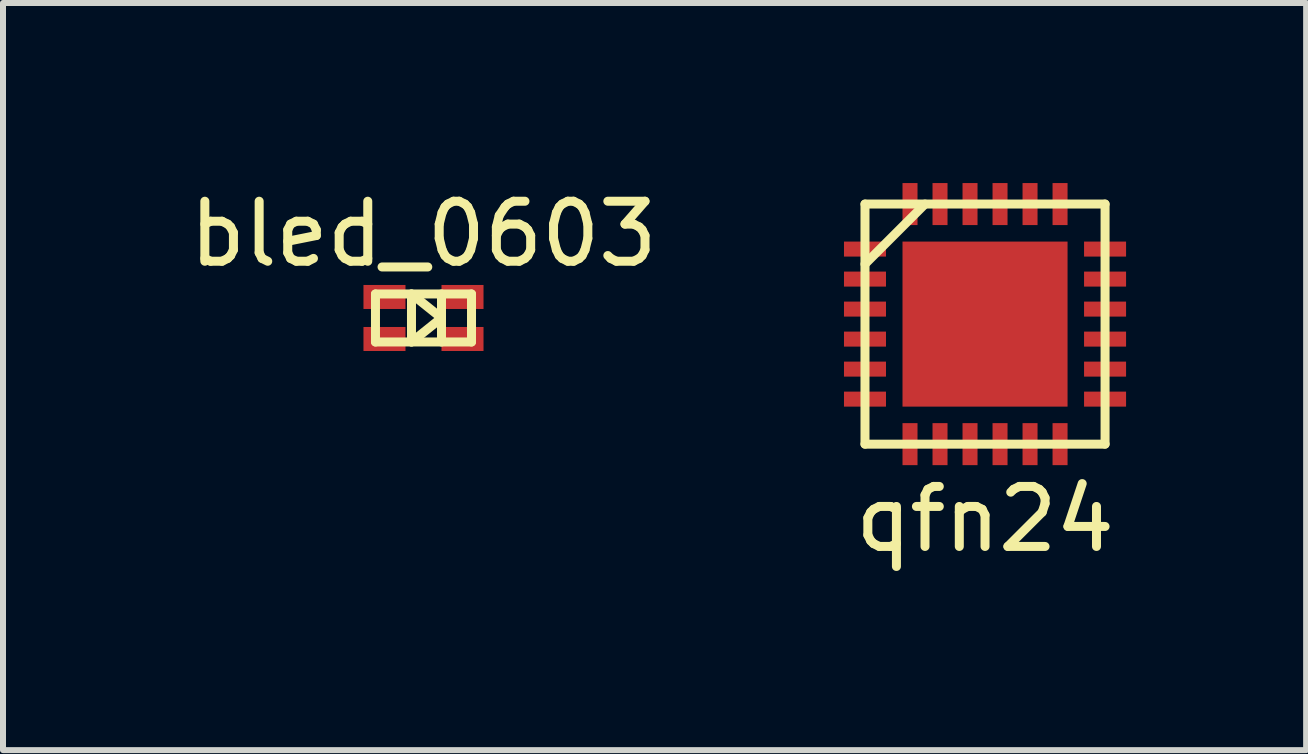
<source format=kicad_pcb>
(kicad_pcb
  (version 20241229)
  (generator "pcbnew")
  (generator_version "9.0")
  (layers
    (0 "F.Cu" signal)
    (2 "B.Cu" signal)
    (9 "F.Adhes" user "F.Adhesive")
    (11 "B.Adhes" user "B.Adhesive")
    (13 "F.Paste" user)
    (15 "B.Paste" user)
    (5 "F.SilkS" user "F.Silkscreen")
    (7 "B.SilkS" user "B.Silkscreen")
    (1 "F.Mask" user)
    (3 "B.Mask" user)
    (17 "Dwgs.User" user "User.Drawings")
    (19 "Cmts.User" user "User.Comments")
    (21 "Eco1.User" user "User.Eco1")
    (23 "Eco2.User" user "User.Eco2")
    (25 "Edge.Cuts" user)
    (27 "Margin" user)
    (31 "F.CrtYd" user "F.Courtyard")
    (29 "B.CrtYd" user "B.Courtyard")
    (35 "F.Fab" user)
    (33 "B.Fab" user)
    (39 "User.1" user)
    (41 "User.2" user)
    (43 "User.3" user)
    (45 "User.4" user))
  (footprint "qfn24"
    (layer "F.Cu")
    (at 13.362 2.35)
    (property "Reference" "qfn24" (at 0 3.25 0) (layer "F.SilkS") (effects (font (size 1 1) (thickness 0.15))))
    (attr smd)
    (fp_line (start -2 -2) (end 2 -2) (stroke (width 0.15) (type solid)) (layer "F.SilkS"))
    (fp_line (start -2 -1) (end -1 -2) (stroke (width 0.15) (type solid)) (layer "F.SilkS"))
    (fp_line (start -2 2) (end -2 -2) (stroke (width 0.15) (type solid)) (layer "F.SilkS"))
    (fp_line (start 2 -2) (end 2 2) (stroke (width 0.15) (type solid)) (layer "F.SilkS"))
    (fp_line (start 2 2) (end -2 2) (stroke (width 0.15) (type solid)) (layer "F.SilkS"))
    (pad "" smd rect (at -0.65 -0.65) (size 1.1 1.1) (layers "F.Paste"))
    (pad "" smd rect (at -0.65 0.65) (size 1.1 1.1) (layers "F.Paste"))
    (pad "" smd rect (at 0.65 -0.65) (size 1.1 1.1) (layers "F.Paste"))
    (pad "" smd rect (at 0.65 0.65) (size 1.1 1.1) (layers "F.Paste"))
    (pad "1" smd rect (at -2 -1.25) (size 0.7 0.25) (layers "F.Cu" "F.Mask" "F.Paste"))
    (pad "2" smd rect (at -2 -0.75) (size 0.7 0.25) (layers "F.Cu" "F.Mask" "F.Paste"))
    (pad "3" smd rect (at -2 -0.25) (size 0.7 0.25) (layers "F.Cu" "F.Mask" "F.Paste"))
    (pad "4" smd rect (at -2 0.25) (size 0.7 0.25) (layers "F.Cu" "F.Mask" "F.Paste"))
    (pad "5" smd rect (at -2 0.75) (size 0.7 0.25) (layers "F.Cu" "F.Mask" "F.Paste"))
    (pad "6" smd rect (at -2 1.25) (size 0.7 0.25) (layers "F.Cu" "F.Mask" "F.Paste"))
    (pad "7" smd rect (at -1.25 2 90) (size 0.7 0.25) (layers "F.Cu" "F.Mask" "F.Paste"))
    (pad "8" smd rect (at -0.75 2 90) (size 0.7 0.25) (layers "F.Cu" "F.Mask" "F.Paste"))
    (pad "9" smd rect (at -0.25 2 90) (size 0.7 0.25) (layers "F.Cu" "F.Mask" "F.Paste"))
    (pad "10" smd rect (at 0.25 2 90) (size 0.7 0.25) (layers "F.Cu" "F.Mask" "F.Paste"))
    (pad "11" smd rect (at 0.75 2 90) (size 0.7 0.25) (layers "F.Cu" "F.Mask" "F.Paste"))
    (pad "12" smd rect (at 1.25 2 90) (size 0.7 0.25) (layers "F.Cu" "F.Mask" "F.Paste"))
    (pad "13" smd rect (at 2 1.25) (size 0.7 0.25) (layers "F.Cu" "F.Mask" "F.Paste"))
    (pad "14" smd rect (at 2 0.75) (size 0.7 0.25) (layers "F.Cu" "F.Mask" "F.Paste"))
    (pad "15" smd rect (at 2 0.25) (size 0.7 0.25) (layers "F.Cu" "F.Mask" "F.Paste"))
    (pad "16" smd rect (at 2 -0.25) (size 0.7 0.25) (layers "F.Cu" "F.Mask" "F.Paste"))
    (pad "17" smd rect (at 2 -0.75) (size 0.7 0.25) (layers "F.Cu" "F.Mask" "F.Paste"))
    (pad "18" smd rect (at 2 -1.25) (size 0.7 0.25) (layers "F.Cu" "F.Mask" "F.Paste"))
    (pad "19" smd rect (at 1.25 -2 90) (size 0.7 0.25) (layers "F.Cu" "F.Mask" "F.Paste"))
    (pad "20" smd rect (at 0.75 -2 90) (size 0.7 0.25) (layers "F.Cu" "F.Mask" "F.Paste"))
    (pad "21" smd rect (at 0.25 -2 90) (size 0.7 0.25) (layers "F.Cu" "F.Mask" "F.Paste"))
    (pad "22" smd rect (at -0.25 -2 90) (size 0.7 0.25) (layers "F.Cu" "F.Mask" "F.Paste"))
    (pad "23" smd rect (at -0.75 -2 90) (size 0.7 0.25) (layers "F.Cu" "F.Mask" "F.Paste"))
    (pad "24" smd rect (at -1.25 -2 90) (size 0.7 0.25) (layers "F.Cu" "F.Mask" "F.Paste"))
    (pad "25" smd rect (at 0 0) (size 2.75 2.75) (layers "F.Cu" "F.Mask")))
  (footprint "bled_0603"
    (layer "F.Cu")
    (at 4.006 2.248)
    (property "Reference" "bled_0603" (at 0 -1.4 0) (layer "F.SilkS") (effects (font (size 1 1) (thickness 0.15))))
    (attr through_hole)
    (fp_line (start -0.8 -0.4) (end 0.8 -0.4) (stroke (width 0.15) (type solid)) (layer "F.SilkS"))
    (fp_line (start -0.8 0.4) (end -0.8 -0.4) (stroke (width 0.15) (type solid)) (layer "F.SilkS"))
    (fp_line (start -0.2 -0.4) (end 0.3 0) (stroke (width 0.15) (type solid)) (layer "F.SilkS"))
    (fp_line (start -0.2 0.4) (end -0.2 -0.4) (stroke (width 0.15) (type solid)) (layer "F.SilkS"))
    (fp_line (start 0.3 -0.4) (end 0.3 0.4) (stroke (width 0.15) (type solid)) (layer "F.SilkS"))
    (fp_line (start 0.3 0) (end -0.2 0.4) (stroke (width 0.15) (type solid)) (layer "F.SilkS"))
    (fp_line (start 0.8 -0.4) (end 0.8 0.4) (stroke (width 0.15) (type solid)) (layer "F.SilkS"))
    (fp_line (start 0.8 0.4) (end -0.8 0.4) (stroke (width 0.15) (type solid)) (layer "F.SilkS"))
    (pad "1" smd rect (at -0.65 -0.35) (size 0.7 0.4) (layers "F.Cu" "F.Mask" "F.Paste"))
    (pad "2" smd rect (at -0.65 0.35) (size 0.7 0.4) (layers "F.Cu" "F.Mask" "F.Paste"))
    (pad "3" smd rect (at 0.65 -0.35) (size 0.7 0.4) (layers "F.Cu" "F.Mask" "F.Paste"))
    (pad "4" smd rect (at 0.65 0.35) (size 0.7 0.4) (layers "F.Cu" "F.Mask" "F.Paste")))
  (gr_rect
    (start -3 -3)
    (end 18.712 9.448)
    (stroke (width 0.1) (type default))
    (fill no)
    (layer "Edge.Cuts")))
</source>
